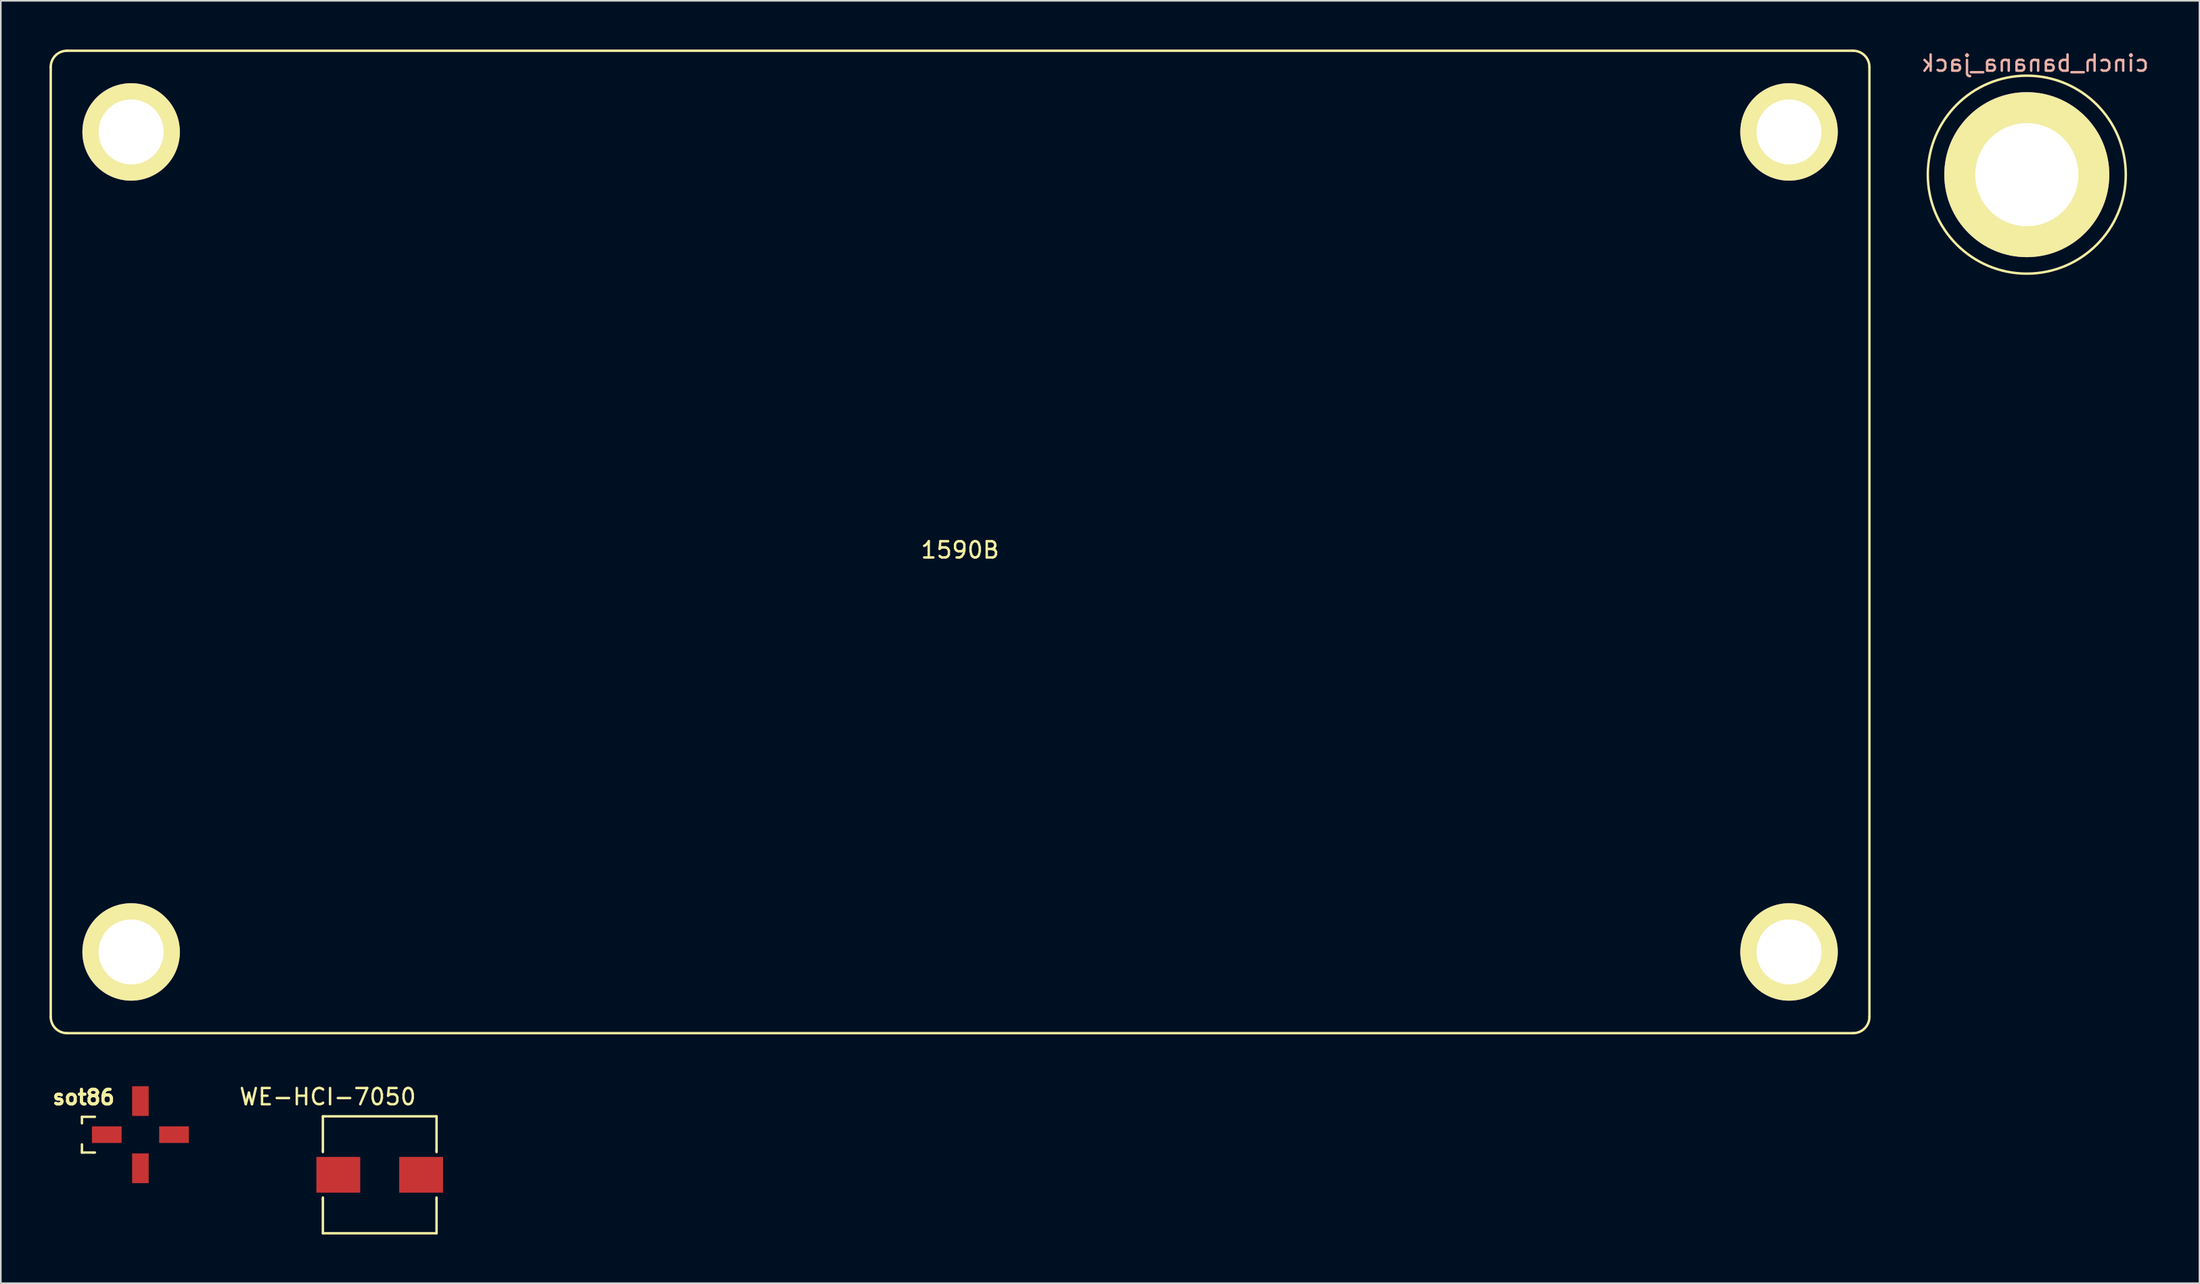
<source format=kicad_pcb>
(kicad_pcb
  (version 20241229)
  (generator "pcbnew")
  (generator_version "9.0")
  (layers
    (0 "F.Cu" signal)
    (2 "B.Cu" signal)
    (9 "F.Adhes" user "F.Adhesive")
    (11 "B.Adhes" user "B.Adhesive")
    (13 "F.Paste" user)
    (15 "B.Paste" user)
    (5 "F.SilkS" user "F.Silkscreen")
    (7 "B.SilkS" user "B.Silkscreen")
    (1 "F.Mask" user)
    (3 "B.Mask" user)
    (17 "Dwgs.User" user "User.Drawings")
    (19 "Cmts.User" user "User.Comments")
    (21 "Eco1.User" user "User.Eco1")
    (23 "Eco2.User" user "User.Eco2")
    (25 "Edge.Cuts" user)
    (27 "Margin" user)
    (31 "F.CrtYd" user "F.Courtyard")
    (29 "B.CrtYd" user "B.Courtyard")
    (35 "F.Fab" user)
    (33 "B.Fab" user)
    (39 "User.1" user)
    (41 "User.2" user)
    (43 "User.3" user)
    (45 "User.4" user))
  (footprint "sot86"
    (layer "F.Cu")
    (at 5.596 66.828)
    (property "Reference" "sot86" (at -3.5 -2.3 0) (layer "F.SilkS") (effects (font (size 0.9 0.9) (thickness 0.2))))
    (attr through_hole)
    (fp_line (start -3.6 -1.1) (end -3.6 -0.7) (stroke (width 0.15) (type solid)) (layer "F.SilkS"))
    (fp_line (start -3.6 -1.1) (end -2.8 -1.1) (stroke (width 0.15) (type solid)) (layer "F.SilkS"))
    (fp_line (start -3.6 0.6) (end -3.6 1) (stroke (width 0.15) (type solid)) (layer "F.SilkS"))
    (fp_line (start -3.6 1) (end -3.6 1.1) (stroke (width 0.15) (type solid)) (layer "F.SilkS"))
    (fp_line (start -3.6 1.1) (end -2.9 1.1) (stroke (width 0.15) (type solid)) (layer "F.SilkS"))
    (fp_line (start -2.9 1.1) (end -2.8 1.1) (stroke (width 0.15) (type solid)) (layer "F.SilkS"))
    (pad "1" smd rect (at -2.07 0 180) (size 1.83 1.02) (layers "F.Cu" "F.Mask" "F.Paste"))
    (pad "2" smd rect (at 0 2.07 270) (size 1.83 1.02) (layers "F.Cu" "F.Mask" "F.Paste"))
    (pad "3" smd rect (at 2.07 0 180) (size 1.83 1.02) (layers "F.Cu" "F.Mask" "F.Paste"))
    (pad "4" smd rect (at 0 -2.07 270) (size 1.83 1.02) (layers "F.Cu" "F.Mask" "F.Paste")))
  (footprint "cinch_banana_jack"
    (layer "F.Cu")
    (at 121.767 7.706)
    (property "Reference" "cinch_banana_jack" (at 0.508 -6.858 0) (layer "B.SilkS") (effects (font (size 1 1) (thickness 0.15)) (justify mirror)))
    (attr through_hole)
    (fp_circle (center 0 0) (end 0 -6.096) (stroke (width 0.15) (type solid)) (fill no) (layer "F.SilkS"))
    (pad "1" thru_hole circle (at 0 0) (size 10.16 10.16) (drill 6.35) (layers "*.Cu" "*.Mask" "F.SilkS")))
  (footprint "WE-HCI-7050"
    (layer "F.Cu")
    (at 20.334 69.298)
    (property "Reference" "WE-HCI-7050" (at -3.2 -4.8 0) (layer "F.SilkS") (effects (font (size 1 1) (thickness 0.15))))
    (attr through_hole)
    (fp_line (start -3.5 -1.5) (end -3.5 -3.6) (stroke (width 0.15) (type solid)) (layer "F.SilkS"))
    (fp_line (start -3.5 -1.5) (end -3.5 -1.4) (stroke (width 0.15) (type solid)) (layer "F.SilkS"))
    (fp_line (start -3.5 1.5) (end -3.5 1.4) (stroke (width 0.15) (type solid)) (layer "F.SilkS"))
    (fp_line (start -3.5 1.5) (end -3.5 3.6) (stroke (width 0.15) (type solid)) (layer "F.SilkS"))
    (fp_line (start -3.5 3.6) (end 3.5 3.6) (stroke (width 0.15) (type solid)) (layer "F.SilkS"))
    (fp_line (start 3.5 -3.6) (end -3.5 -3.6) (stroke (width 0.15) (type solid)) (layer "F.SilkS"))
    (fp_line (start 3.5 -3.6) (end 3.5 -1.5) (stroke (width 0.15) (type solid)) (layer "F.SilkS"))
    (fp_line (start 3.5 -1.5) (end 3.5 -1.4) (stroke (width 0.15) (type solid)) (layer "F.SilkS"))
    (fp_line (start 3.5 1.5) (end 3.5 1.4) (stroke (width 0.15) (type solid)) (layer "F.SilkS"))
    (fp_line (start 3.5 1.5) (end 3.5 3.6) (stroke (width 0.15) (type solid)) (layer "F.SilkS"))
    (pad "1" smd rect (at -2.55 0) (size 2.7 2.2) (layers "F.Cu" "F.Mask" "F.Paste"))
    (pad "2" smd rect (at 2.55 0) (size 2.7 2.2) (layers "F.Cu" "F.Mask" "F.Paste")))
  (footprint "1590B"
    (layer "F.Cu")
    (at 56.075 30.325)
    (property "Reference" "1590B" (at 0 0.5 0) (layer "F.SilkS") (effects (font (size 1 1) (thickness 0.15))))
    (attr through_hole)
    (fp_line (start -56 29.25) (end -56 -29.25) (stroke (width 0.15) (type solid)) (layer "F.SilkS"))
    (fp_line (start 55 -30.25) (end -55 -30.25) (stroke (width 0.15) (type solid)) (layer "F.SilkS"))
    (fp_line (start 55 30.25) (end -55 30.25) (stroke (width 0.15) (type solid)) (layer "F.SilkS"))
    (fp_line (start 56 -29.25) (end 56 29.25) (stroke (width 0.15) (type solid)) (layer "F.SilkS"))
    (fp_arc (start -56 -29.25) (mid -55.707107 -29.957107) (end -55 -30.25) (stroke (width 0.15) (type solid)) (layer "F.SilkS"))
    (fp_arc (start -55 30.25) (mid -55.707107 29.957107) (end -56 29.25) (stroke (width 0.15) (type solid)) (layer "F.SilkS"))
    (fp_arc (start 55 -30.25) (mid 55.707107 -29.957107) (end 56 -29.25) (stroke (width 0.15) (type solid)) (layer "F.SilkS"))
    (fp_arc (start 56 29.25) (mid 55.707107 29.957107) (end 55 30.25) (stroke (width 0.15) (type solid)) (layer "F.SilkS"))
    (pad "1" thru_hole circle (at -51.05 -25.25) (size 6 6) (drill 4) (layers "*.Cu" "*.Mask" "F.SilkS"))
    (pad "1" thru_hole circle (at -51.05 25.25) (size 6 6) (drill 4) (layers "*.Cu" "*.Mask" "F.SilkS"))
    (pad "1" thru_hole circle (at 51.05 -25.25) (size 6 6) (drill 4) (layers "*.Cu" "*.Mask" "F.SilkS"))
    (pad "1" thru_hole circle (at 51.05 25.25) (size 6 6) (drill 4) (layers "*.Cu" "*.Mask" "F.SilkS")))
  (gr_rect
    (start -3 -3)
    (end 132.4 75.973)
    (stroke (width 0.1) (type default))
    (fill no)
    (layer "Edge.Cuts")))
</source>
